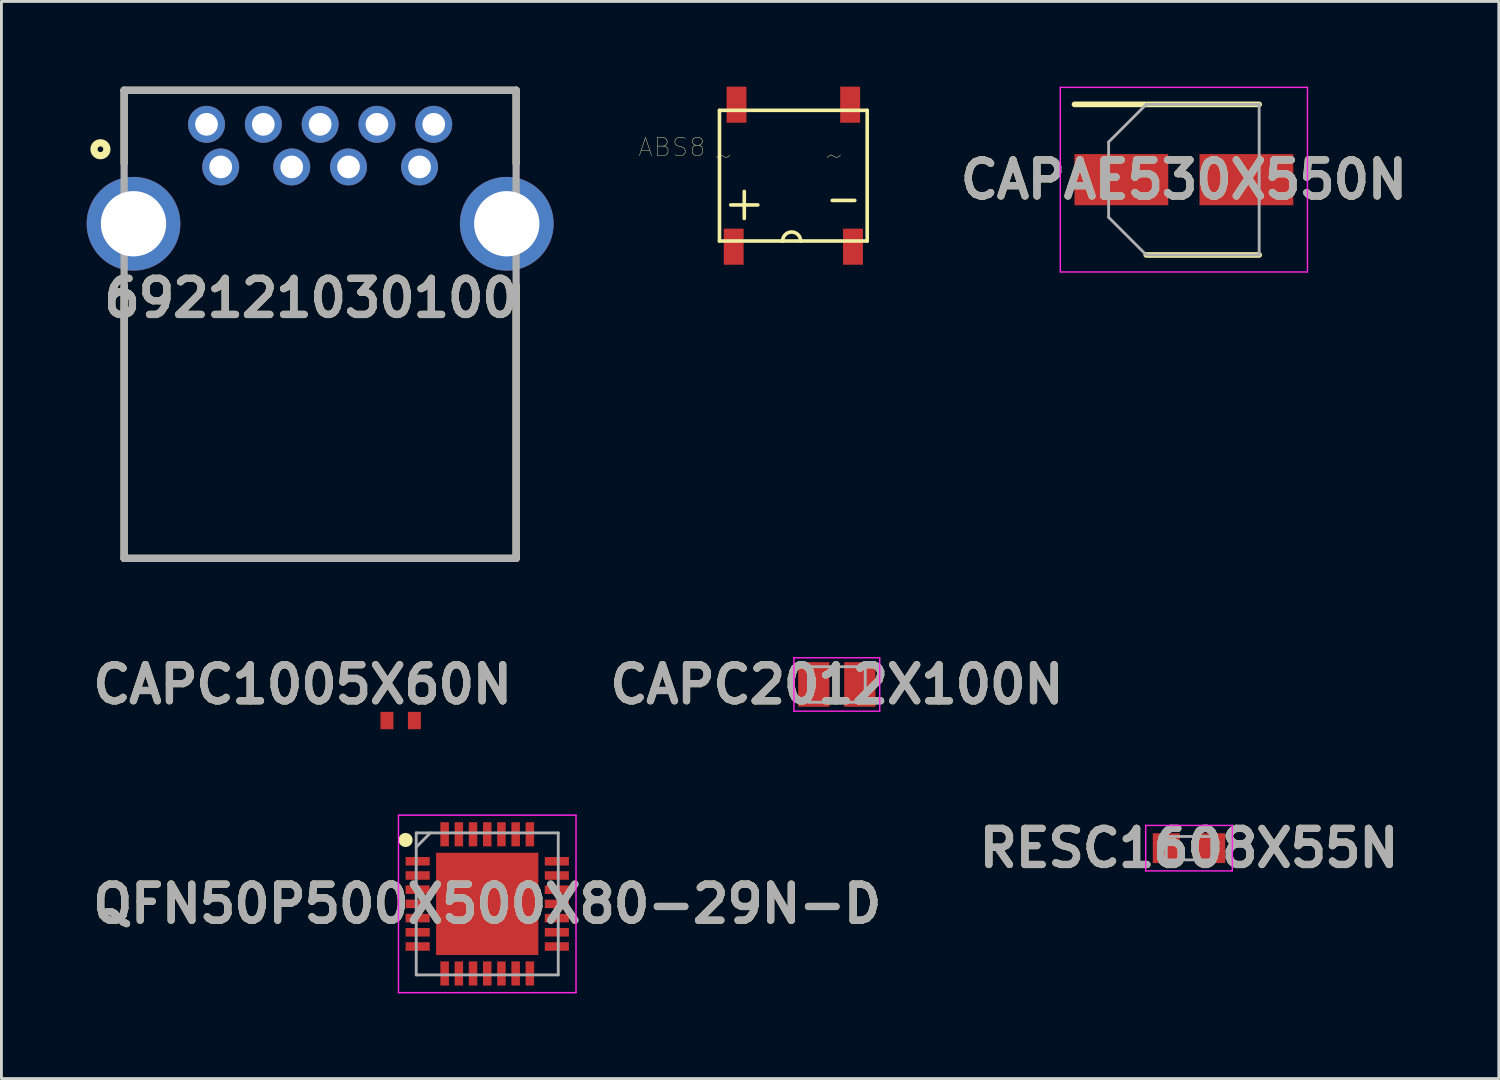
<source format=kicad_pcb>
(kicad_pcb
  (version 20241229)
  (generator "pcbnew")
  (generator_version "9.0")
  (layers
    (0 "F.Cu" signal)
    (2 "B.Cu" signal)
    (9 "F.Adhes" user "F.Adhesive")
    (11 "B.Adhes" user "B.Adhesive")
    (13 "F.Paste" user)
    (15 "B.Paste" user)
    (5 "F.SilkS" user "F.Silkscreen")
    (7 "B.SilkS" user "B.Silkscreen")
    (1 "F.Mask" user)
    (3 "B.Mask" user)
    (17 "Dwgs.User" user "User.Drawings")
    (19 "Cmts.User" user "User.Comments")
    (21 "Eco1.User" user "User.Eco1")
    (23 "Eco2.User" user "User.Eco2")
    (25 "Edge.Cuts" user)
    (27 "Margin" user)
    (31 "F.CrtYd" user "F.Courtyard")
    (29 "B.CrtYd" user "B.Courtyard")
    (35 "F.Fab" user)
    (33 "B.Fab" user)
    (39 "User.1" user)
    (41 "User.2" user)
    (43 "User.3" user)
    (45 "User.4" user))
  (footprint "CAPC1005X60N"
    (layer "F.Cu")
    (at 11.056 22.316)
    (property "Reference" "CAPC1005X60N" (at -3.454 -1.27 0) (layer "F.SilkS") (effects (font (size 1.27 1.27) (thickness 0.254))))
    (attr smd)
    (fp_text user "${REFERENCE}" (at -3.454 -1.27 0) (layer "F.Fab") (effects (font (size 1.27 1.27) (thickness 0.254))))
    (pad "1" smd rect (at -0.483 0) (size 0.457 0.61) (layers "F.Cu" "F.Mask" "F.Paste"))
    (pad "2" smd rect (at 0.483 0) (size 0.457 0.61) (layers "F.Cu" "F.Mask" "F.Paste")))
  (footprint "RESC1608X55N"
    (layer "F.Cu")
    (at 38.808 26.809)
    (property "Reference" "RESC1608X55N" (at 0 0 0) (layer "F.SilkS") (effects (font (size 1.27 1.27) (thickness 0.254))))
    (attr smd)
    (fp_line (start -1.525 -0.8) (end 1.525 -0.8) (stroke (width 0.05) (type solid)) (layer "F.CrtYd"))
    (fp_line (start -1.525 0.8) (end -1.525 -0.8) (stroke (width 0.05) (type solid)) (layer "F.CrtYd"))
    (fp_line (start 1.525 -0.8) (end 1.525 0.8) (stroke (width 0.05) (type solid)) (layer "F.CrtYd"))
    (fp_line (start 1.525 0.8) (end -1.525 0.8) (stroke (width 0.05) (type solid)) (layer "F.CrtYd"))
    (fp_line (start -0.8 -0.412) (end 0.8 -0.412) (stroke (width 0.1) (type solid)) (layer "F.Fab"))
    (fp_line (start -0.8 0.412) (end -0.8 -0.412) (stroke (width 0.1) (type solid)) (layer "F.Fab"))
    (fp_line (start 0.8 -0.412) (end 0.8 0.412) (stroke (width 0.1) (type solid)) (layer "F.Fab"))
    (fp_line (start 0.8 0.412) (end -0.8 0.412) (stroke (width 0.1) (type solid)) (layer "F.Fab"))
    (fp_text user "${REFERENCE}" (at 0 0 0) (layer "F.Fab") (effects (font (size 1.27 1.27) (thickness 0.254))))
    (pad "1" smd rect (at -0.8 0) (size 0.95 1.05) (layers "F.Cu" "F.Mask" "F.Paste"))
    (pad "2" smd rect (at 0.8 0) (size 0.95 1.05) (layers "F.Cu" "F.Mask" "F.Paste")))
  (footprint "CAPAE530X550N"
    (layer "F.Cu")
    (at 38.628 3.275)
    (property "Reference" "CAPAE530X550N" (at 0 0 0) (layer "F.SilkS") (effects (font (size 1.27 1.27) (thickness 0.254))))
    (attr smd)
    (fp_line (start -3.85 -2.65) (end 2.65 -2.65) (stroke (width 0.2) (type solid)) (layer "F.SilkS"))
    (fp_line (start -1.325 2.65) (end 2.65 2.65) (stroke (width 0.2) (type solid)) (layer "F.SilkS"))
    (fp_line (start -4.35 -3.25) (end 4.35 -3.25) (stroke (width 0.05) (type solid)) (layer "F.CrtYd"))
    (fp_line (start -4.35 3.25) (end -4.35 -3.25) (stroke (width 0.05) (type solid)) (layer "F.CrtYd"))
    (fp_line (start 4.35 -3.25) (end 4.35 3.25) (stroke (width 0.05) (type solid)) (layer "F.CrtYd"))
    (fp_line (start 4.35 3.25) (end -4.35 3.25) (stroke (width 0.05) (type solid)) (layer "F.CrtYd"))
    (fp_line (start -2.65 -1.325) (end -2.65 1.325) (stroke (width 0.1) (type solid)) (layer "F.Fab"))
    (fp_line (start -2.65 1.325) (end -1.325 2.65) (stroke (width 0.1) (type solid)) (layer "F.Fab"))
    (fp_line (start -1.325 -2.65) (end -2.65 -1.325) (stroke (width 0.1) (type solid)) (layer "F.Fab"))
    (fp_line (start -1.325 2.65) (end 2.65 2.65) (stroke (width 0.1) (type solid)) (layer "F.Fab"))
    (fp_line (start 2.65 -2.65) (end -1.325 -2.65) (stroke (width 0.1) (type solid)) (layer "F.Fab"))
    (fp_line (start 2.65 2.65) (end 2.65 -2.65) (stroke (width 0.1) (type solid)) (layer "F.Fab"))
    (fp_text user "${REFERENCE}" (at 0 0 0) (layer "F.Fab") (effects (font (size 1.27 1.27) (thickness 0.254))))
    (pad "1" smd rect (at -2.2 0 90) (size 1.8 3.3) (layers "F.Cu" "F.Mask" "F.Paste"))
    (pad "2" smd rect (at 2.2 0 90) (size 1.8 3.3) (layers "F.Cu" "F.Mask" "F.Paste")))
  (footprint "ABS8"
    (layer "F.Cu")
    (at 24.819 2.895)
    (property "Reference" "ABS8" (at -4.216 -0.762 180) (layer "F.SilkS") (effects (font (size 0.64 0.64) (thickness 0.015))))
    (attr through_hole)
    (fp_line (start -2.54 -2.06) (end 2.66 -2.06) (stroke (width 0.127) (type solid)) (layer "F.SilkS"))
    (fp_line (start -2.54 2.54) (end -2.54 -2.06) (stroke (width 0.127) (type solid)) (layer "F.SilkS"))
    (fp_line (start -2.143 1.27) (end -1.191 1.27) (stroke (width 0.127) (type solid)) (layer "F.SilkS"))
    (fp_line (start -1.667 0.794) (end -1.667 1.746) (stroke (width 0.127) (type solid)) (layer "F.SilkS"))
    (fp_line (start -0.318 2.54) (end -2.54 2.54) (stroke (width 0.127) (type solid)) (layer "F.SilkS"))
    (fp_line (start 0.318 2.54) (end -0.318 2.54) (stroke (width 0.127) (type solid)) (layer "F.SilkS"))
    (fp_line (start 1.429 1.111) (end 2.223 1.111) (stroke (width 0.127) (type solid)) (layer "F.SilkS"))
    (fp_line (start 2.66 -2.06) (end 2.66 2.54) (stroke (width 0.127) (type solid)) (layer "F.SilkS"))
    (fp_line (start 2.66 2.54) (end 0.318 2.54) (stroke (width 0.127) (type solid)) (layer "F.SilkS"))
    (fp_arc (start -0.3175 2.54) (mid 0 2.2225) (end 0.3175 2.54) (stroke (width 0.127) (type solid)) (layer "F.SilkS"))
    (fp_text user "~" (at 1.508 -0.476 0) (layer "F.SilkS") (effects (font (size 1 1) (thickness 0.015))))
    (fp_text user "~" (at -2.381 -0.476 0) (layer "F.SilkS") (effects (font (size 1 1) (thickness 0.015))))
    (pad "1" smd rect (at -2.04 2.74) (size 0.7 1.27) (layers "F.Cu" "F.Mask" "F.Paste"))
    (pad "2" smd rect (at -1.94 -2.26) (size 0.7 1.27) (layers "F.Cu" "F.Mask" "F.Paste"))
    (pad "3" smd rect (at 2.06 -2.26) (size 0.7 1.27) (layers "F.Cu" "F.Mask" "F.Paste"))
    (pad "4" smd rect (at 2.16 2.74) (size 0.7 1.27) (layers "F.Cu" "F.Mask" "F.Paste")))
  (footprint "692121030100"
    (layer "F.Cu")
    (at 1.32 16.607)
    (property "Reference" "692121030100" (at 6.581 -9.162 0) (layer "F.SilkS") (effects (font (size 1.27 1.27) (thickness 0.254))))
    (attr through_hole)
    (fp_line (start 0 -16.48) (end 0 -13.909) (stroke (width 0.254) (type solid)) (layer "F.SilkS"))
    (fp_line (start 0 0) (end 0 -9.616) (stroke (width 0.254) (type solid)) (layer "F.SilkS"))
    (fp_line (start 0 0) (end 13.8 0) (stroke (width 0.254) (type solid)) (layer "F.SilkS"))
    (fp_line (start 13.8 -16.48) (end 0 -16.48) (stroke (width 0.254) (type solid)) (layer "F.SilkS"))
    (fp_line (start 13.8 -16.48) (end 13.8 -13.909) (stroke (width 0.254) (type solid)) (layer "F.SilkS"))
    (fp_line (start 13.8 0) (end 13.8 -9.616) (stroke (width 0.254) (type solid)) (layer "F.SilkS"))
    (fp_circle (center -0.834 -14.403) (end -0.834 -14.303) (stroke (width 0.254) (type solid)) (fill no) (layer "F.SilkS"))
    (fp_line (start 0 -16.48) (end 13.8 -16.48) (stroke (width 0.254) (type solid)) (layer "F.Fab"))
    (fp_line (start 0 0) (end 0 -16.48) (stroke (width 0.254) (type solid)) (layer "F.Fab"))
    (fp_line (start 13.8 -16.48) (end 13.8 0) (stroke (width 0.254) (type solid)) (layer "F.Fab"))
    (fp_line (start 13.8 0) (end 0 0) (stroke (width 0.254) (type solid)) (layer "F.Fab"))
    (fp_text user "${REFERENCE}" (at 6.581 -9.162 0) (layer "F.Fab") (effects (font (size 1.27 1.27) (thickness 0.254))))
    (pad "1" thru_hole circle (at 3.4 -13.78) (size 1.3 1.3) (drill 0.8) (layers "*.Cu" "*.Mask"))
    (pad "2" thru_hole circle (at 5.9 -13.78) (size 1.3 1.3) (drill 0.8) (layers "*.Cu" "*.Mask"))
    (pad "3" thru_hole circle (at 7.9 -13.78) (size 1.3 1.3) (drill 0.8) (layers "*.Cu" "*.Mask"))
    (pad "4" thru_hole circle (at 10.4 -13.78) (size 1.3 1.3) (drill 0.8) (layers "*.Cu" "*.Mask"))
    (pad "5" thru_hole circle (at 10.9 -15.28) (size 1.3 1.3) (drill 0.8) (layers "*.Cu" "*.Mask"))
    (pad "6" thru_hole circle (at 8.9 -15.28) (size 1.3 1.3) (drill 0.8) (layers "*.Cu" "*.Mask"))
    (pad "7" thru_hole circle (at 6.9 -15.28) (size 1.3 1.3) (drill 0.8) (layers "*.Cu" "*.Mask"))
    (pad "8" thru_hole circle (at 4.9 -15.28) (size 1.3 1.3) (drill 0.8) (layers "*.Cu" "*.Mask"))
    (pad "9" thru_hole circle (at 2.9 -15.28) (size 1.3 1.3) (drill 0.8) (layers "*.Cu" "*.Mask"))
    (pad "10" thru_hole circle (at 0.33 -11.78) (size 3.3 3.3) (drill 2.3) (layers "*.Cu" "*.Mask"))
    (pad "11" thru_hole circle (at 13.47 -11.78) (size 3.3 3.3) (drill 2.3) (layers "*.Cu" "*.Mask")))
  (footprint "CAPC2012X100N"
    (layer "F.Cu")
    (at 26.41 21.046)
    (property "Reference" "CAPC2012X100N" (at 0 0 0) (layer "F.SilkS") (effects (font (size 1.27 1.27) (thickness 0.254))))
    (attr smd)
    (fp_line (start -1.51 -0.94) (end 1.51 -0.94) (stroke (width 0.05) (type solid)) (layer "F.CrtYd"))
    (fp_line (start -1.51 0.94) (end -1.51 -0.94) (stroke (width 0.05) (type solid)) (layer "F.CrtYd"))
    (fp_line (start 1.51 -0.94) (end 1.51 0.94) (stroke (width 0.05) (type solid)) (layer "F.CrtYd"))
    (fp_line (start 1.51 0.94) (end -1.51 0.94) (stroke (width 0.05) (type solid)) (layer "F.CrtYd"))
    (fp_line (start -1 -0.625) (end 1 -0.625) (stroke (width 0.1) (type solid)) (layer "F.Fab"))
    (fp_line (start -1 0.625) (end -1 -0.625) (stroke (width 0.1) (type solid)) (layer "F.Fab"))
    (fp_line (start 1 -0.625) (end 1 0.625) (stroke (width 0.1) (type solid)) (layer "F.Fab"))
    (fp_line (start 1 0.625) (end -1 0.625) (stroke (width 0.1) (type solid)) (layer "F.Fab"))
    (fp_text user "${REFERENCE}" (at 0 0 0) (layer "F.Fab") (effects (font (size 1.27 1.27) (thickness 0.254))))
    (pad "1" smd rect (at -0.81 0) (size 1.1 1.57) (layers "F.Cu" "F.Mask" "F.Paste"))
    (pad "2" smd rect (at 0.81 0) (size 1.1 1.57) (layers "F.Cu" "F.Mask" "F.Paste")))
  (footprint "QFN50P500X500X80-29N-D"
    (layer "F.Cu")
    (at 14.103 28.771)
    (property "Reference" "QFN50P500X500X80-29N-D" (at 0 0 0) (layer "F.SilkS") (effects (font (size 1.27 1.27) (thickness 0.254))))
    (attr smd)
    (fp_circle (center -2.875 -2.25) (end -2.875 -2.125) (stroke (width 0.25) (type solid)) (fill no) (layer "F.SilkS"))
    (fp_line (start -3.125 -3.125) (end 3.125 -3.125) (stroke (width 0.05) (type solid)) (layer "F.CrtYd"))
    (fp_line (start -3.125 3.125) (end -3.125 -3.125) (stroke (width 0.05) (type solid)) (layer "F.CrtYd"))
    (fp_line (start 3.125 -3.125) (end 3.125 3.125) (stroke (width 0.05) (type solid)) (layer "F.CrtYd"))
    (fp_line (start 3.125 3.125) (end -3.125 3.125) (stroke (width 0.05) (type solid)) (layer "F.CrtYd"))
    (fp_line (start -2.5 -2.5) (end 2.5 -2.5) (stroke (width 0.1) (type solid)) (layer "F.Fab"))
    (fp_line (start -2.5 -2) (end -2 -2.5) (stroke (width 0.1) (type solid)) (layer "F.Fab"))
    (fp_line (start -2.5 2.5) (end -2.5 -2.5) (stroke (width 0.1) (type solid)) (layer "F.Fab"))
    (fp_line (start 2.5 -2.5) (end 2.5 2.5) (stroke (width 0.1) (type solid)) (layer "F.Fab"))
    (fp_line (start 2.5 2.5) (end -2.5 2.5) (stroke (width 0.1) (type solid)) (layer "F.Fab"))
    (fp_text user "${REFERENCE}" (at 0 0 0) (layer "F.Fab") (effects (font (size 1.27 1.27) (thickness 0.254))))
    (pad "1" smd rect (at -2.45 -1.5 90) (size 0.3 0.85) (layers "F.Cu" "F.Mask" "F.Paste"))
    (pad "2" smd rect (at -2.45 -1 90) (size 0.3 0.85) (layers "F.Cu" "F.Mask" "F.Paste"))
    (pad "3" smd rect (at -2.45 -0.5 90) (size 0.3 0.85) (layers "F.Cu" "F.Mask" "F.Paste"))
    (pad "4" smd rect (at -2.45 0 90) (size 0.3 0.85) (layers "F.Cu" "F.Mask" "F.Paste"))
    (pad "5" smd rect (at -2.45 0.5 90) (size 0.3 0.85) (layers "F.Cu" "F.Mask" "F.Paste"))
    (pad "6" smd rect (at -2.45 1 90) (size 0.3 0.85) (layers "F.Cu" "F.Mask" "F.Paste"))
    (pad "7" smd rect (at -2.45 1.5 90) (size 0.3 0.85) (layers "F.Cu" "F.Mask" "F.Paste"))
    (pad "8" smd rect (at -1.5 2.45) (size 0.3 0.85) (layers "F.Cu" "F.Mask" "F.Paste"))
    (pad "9" smd rect (at -1 2.45) (size 0.3 0.85) (layers "F.Cu" "F.Mask" "F.Paste"))
    (pad "10" smd rect (at -0.5 2.45) (size 0.3 0.85) (layers "F.Cu" "F.Mask" "F.Paste"))
    (pad "11" smd rect (at 0 2.45) (size 0.3 0.85) (layers "F.Cu" "F.Mask" "F.Paste"))
    (pad "12" smd rect (at 0.5 2.45) (size 0.3 0.85) (layers "F.Cu" "F.Mask" "F.Paste"))
    (pad "13" smd rect (at 1 2.45) (size 0.3 0.85) (layers "F.Cu" "F.Mask" "F.Paste"))
    (pad "14" smd rect (at 1.5 2.45) (size 0.3 0.85) (layers "F.Cu" "F.Mask" "F.Paste"))
    (pad "15" smd rect (at 2.45 1.5 90) (size 0.3 0.85) (layers "F.Cu" "F.Mask" "F.Paste"))
    (pad "16" smd rect (at 2.45 1 90) (size 0.3 0.85) (layers "F.Cu" "F.Mask" "F.Paste"))
    (pad "17" smd rect (at 2.45 0.5 90) (size 0.3 0.85) (layers "F.Cu" "F.Mask" "F.Paste"))
    (pad "18" smd rect (at 2.45 0 90) (size 0.3 0.85) (layers "F.Cu" "F.Mask" "F.Paste"))
    (pad "19" smd rect (at 2.45 -0.5 90) (size 0.3 0.85) (layers "F.Cu" "F.Mask" "F.Paste"))
    (pad "20" smd rect (at 2.45 -1 90) (size 0.3 0.85) (layers "F.Cu" "F.Mask" "F.Paste"))
    (pad "21" smd rect (at 2.45 -1.5 90) (size 0.3 0.85) (layers "F.Cu" "F.Mask" "F.Paste"))
    (pad "22" smd rect (at 1.5 -2.45) (size 0.3 0.85) (layers "F.Cu" "F.Mask" "F.Paste"))
    (pad "23" smd rect (at 1 -2.45) (size 0.3 0.85) (layers "F.Cu" "F.Mask" "F.Paste"))
    (pad "24" smd rect (at 0.5 -2.45) (size 0.3 0.85) (layers "F.Cu" "F.Mask" "F.Paste"))
    (pad "25" smd rect (at 0 -2.45) (size 0.3 0.85) (layers "F.Cu" "F.Mask" "F.Paste"))
    (pad "26" smd rect (at -0.5 -2.45) (size 0.3 0.85) (layers "F.Cu" "F.Mask" "F.Paste"))
    (pad "27" smd rect (at -1 -2.45) (size 0.3 0.85) (layers "F.Cu" "F.Mask" "F.Paste"))
    (pad "28" smd rect (at -1.5 -2.45) (size 0.3 0.85) (layers "F.Cu" "F.Mask" "F.Paste"))
    (pad "29" smd rect (at 0 0) (size 3.6 3.6) (layers "F.Cu" "F.Mask" "F.Paste")))
  (gr_rect
    (start -3 -3)
    (end 49.714 34.921)
    (stroke (width 0.1) (type default))
    (fill no)
    (layer "Edge.Cuts")))
</source>
